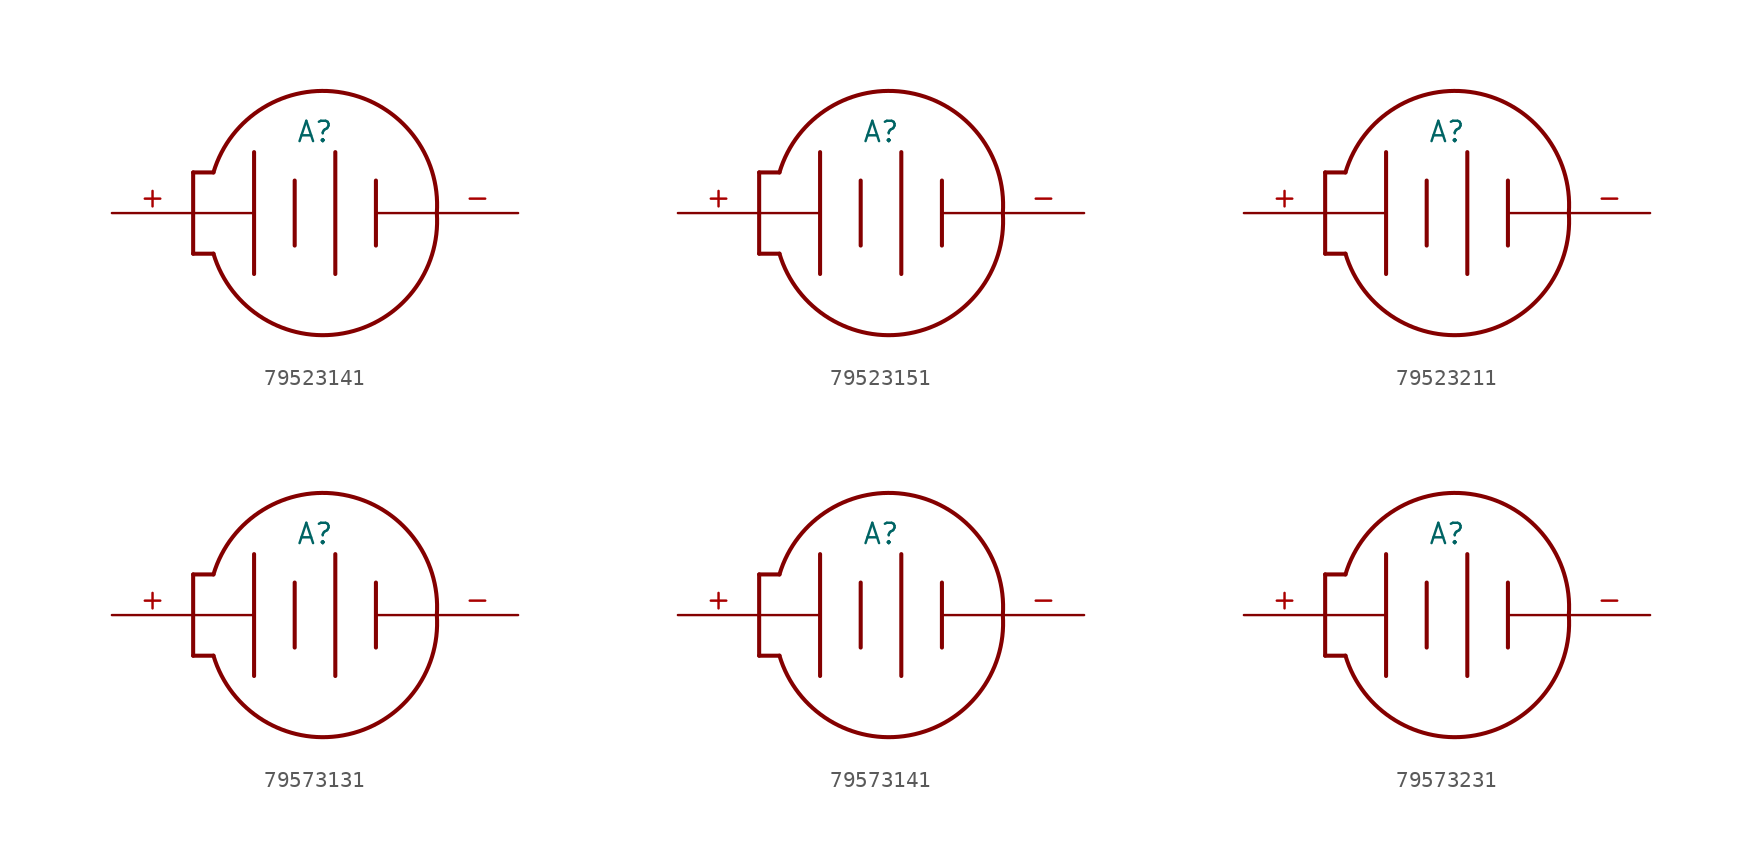
<source format=kicad_sym>
(kicad_symbol_lib
  (version 20220914)
  (generator kicad_symbol_editor)
  (symbol "79523141"
    (pin_names hide)
    (property "Reference" "A"
      (at 0 5.08 0)
      (effects (font (size 1.27 1.27))))
    (symbol "79523141_0_0"
      (polyline (pts (xy -7.62 -2.54) (xy -7.62 2.54)) (stroke (width 0.254) (type default)) (fill (type none)))
      (polyline (pts (xy -7.62 2.54) (xy -6.35 2.54)) (stroke (width 0.254) (type default)) (fill (type none)))
      (polyline (pts (xy -6.35 -2.54) (xy -7.62 -2.54)) (stroke (width 0.254) (type default)) (fill (type none)))
      (polyline (pts (xy -3.81 0) (xy -7.62 0)) (stroke (width 0.152) (type default)) (fill (type none)))
      (polyline (pts (xy -1.27 2.032) (xy -1.27 -2.032)) (stroke (width 0.254) (type default)) (fill (type none)))
      (polyline (pts (xy 1.27 3.81) (xy 1.27 -3.81)) (stroke (width 0.254) (type default)) (fill (type none)))
      (polyline (pts (xy 3.81 0) (xy 7.62 0)) (stroke (width 0.152) (type default)) (fill (type none)))
      (polyline (pts (xy 3.81 2.032) (xy 3.81 -2.032)) (stroke (width 0.254) (type default)) (fill (type none))))
    (symbol "79523141_1_0"
      (pin passive line (at -12.7 0 0) (length 5.08) (name "POS" (effects (font (size 1.27 1.27)))) (number "+" (effects (font (size 1.27 1.27)))))
      (pin passive line (at 12.7 0 180) (length 5.08) (name "NEG" (effects (font (size 1.27 1.27)))) (number "-" (effects (font (size 1.27 1.27))))))
    (symbol "79523141_1_1"
      (arc (start -6.35 -2.54) (mid 0 -7.62) (end 7.62 0) (stroke (width 0.254) (type default)) (fill (type none)))
      (polyline (pts (xy -3.81 3.81) (xy -3.81 -3.81)) (stroke (width 0.254) (type default)) (fill (type none)))
      (arc (start 7.62 0) (mid 0 7.62) (end -6.35 2.54) (stroke (width 0.254) (type default)) (fill (type none)))))
  (symbol "79523151"
    (pin_names hide)
    (property "Reference" "A"
      (at 0 5.08 0)
      (effects (font (size 1.27 1.27))))
    (symbol "79523151_0_0"
      (polyline (pts (xy -7.62 -2.54) (xy -7.62 2.54)) (stroke (width 0.254) (type default)) (fill (type none)))
      (polyline (pts (xy -7.62 2.54) (xy -6.35 2.54)) (stroke (width 0.254) (type default)) (fill (type none)))
      (polyline (pts (xy -6.35 -2.54) (xy -7.62 -2.54)) (stroke (width 0.254) (type default)) (fill (type none)))
      (polyline (pts (xy -3.81 0) (xy -7.62 0)) (stroke (width 0.152) (type default)) (fill (type none)))
      (polyline (pts (xy -1.27 2.032) (xy -1.27 -2.032)) (stroke (width 0.254) (type default)) (fill (type none)))
      (polyline (pts (xy 1.27 3.81) (xy 1.27 -3.81)) (stroke (width 0.254) (type default)) (fill (type none)))
      (polyline (pts (xy 3.81 0) (xy 7.62 0)) (stroke (width 0.152) (type default)) (fill (type none)))
      (polyline (pts (xy 3.81 2.032) (xy 3.81 -2.032)) (stroke (width 0.254) (type default)) (fill (type none))))
    (symbol "79523151_1_0"
      (pin passive line (at -12.7 0 0) (length 5.08) (name "POS" (effects (font (size 1.27 1.27)))) (number "+" (effects (font (size 1.27 1.27)))))
      (pin passive line (at 12.7 0 180) (length 5.08) (name "NEG" (effects (font (size 1.27 1.27)))) (number "-" (effects (font (size 1.27 1.27))))))
    (symbol "79523151_1_1"
      (arc (start -6.35 -2.54) (mid 0 -7.62) (end 7.62 0) (stroke (width 0.254) (type default)) (fill (type none)))
      (polyline (pts (xy -3.81 3.81) (xy -3.81 -3.81)) (stroke (width 0.254) (type default)) (fill (type none)))
      (arc (start 7.62 0) (mid 0 7.62) (end -6.35 2.54) (stroke (width 0.254) (type default)) (fill (type none)))))
  (symbol "79523211"
    (pin_names hide)
    (property "Reference" "A"
      (at 0 5.08 0)
      (effects (font (size 1.27 1.27))))
    (symbol "79523211_0_0"
      (polyline (pts (xy -7.62 -2.54) (xy -7.62 2.54)) (stroke (width 0.254) (type default)) (fill (type none)))
      (polyline (pts (xy -7.62 2.54) (xy -6.35 2.54)) (stroke (width 0.254) (type default)) (fill (type none)))
      (polyline (pts (xy -6.35 -2.54) (xy -7.62 -2.54)) (stroke (width 0.254) (type default)) (fill (type none)))
      (polyline (pts (xy -3.81 0) (xy -7.62 0)) (stroke (width 0.152) (type default)) (fill (type none)))
      (polyline (pts (xy -1.27 2.032) (xy -1.27 -2.032)) (stroke (width 0.254) (type default)) (fill (type none)))
      (polyline (pts (xy 1.27 3.81) (xy 1.27 -3.81)) (stroke (width 0.254) (type default)) (fill (type none)))
      (polyline (pts (xy 3.81 0) (xy 7.62 0)) (stroke (width 0.152) (type default)) (fill (type none)))
      (polyline (pts (xy 3.81 2.032) (xy 3.81 -2.032)) (stroke (width 0.254) (type default)) (fill (type none))))
    (symbol "79523211_1_0"
      (pin passive line (at -12.7 0 0) (length 5.08) (name "POS" (effects (font (size 1.27 1.27)))) (number "+" (effects (font (size 1.27 1.27)))))
      (pin passive line (at 12.7 0 180) (length 5.08) (name "NEG" (effects (font (size 1.27 1.27)))) (number "-" (effects (font (size 1.27 1.27))))))
    (symbol "79523211_1_1"
      (arc (start -6.35 -2.54) (mid 0 -7.62) (end 7.62 0) (stroke (width 0.254) (type default)) (fill (type none)))
      (polyline (pts (xy -3.81 3.81) (xy -3.81 -3.81)) (stroke (width 0.254) (type default)) (fill (type none)))
      (arc (start 7.62 0) (mid 0 7.62) (end -6.35 2.54) (stroke (width 0.254) (type default)) (fill (type none)))))
  (symbol "79573131"
    (pin_names hide)
    (property "Reference" "A"
      (at 0 5.08 0)
      (effects (font (size 1.27 1.27))))
    (symbol "79573131_0_0"
      (polyline (pts (xy -7.62 -2.54) (xy -7.62 2.54)) (stroke (width 0.254) (type default)) (fill (type none)))
      (polyline (pts (xy -7.62 2.54) (xy -6.35 2.54)) (stroke (width 0.254) (type default)) (fill (type none)))
      (polyline (pts (xy -6.35 -2.54) (xy -7.62 -2.54)) (stroke (width 0.254) (type default)) (fill (type none)))
      (polyline (pts (xy -3.81 0) (xy -7.62 0)) (stroke (width 0.152) (type default)) (fill (type none)))
      (polyline (pts (xy -1.27 2.032) (xy -1.27 -2.032)) (stroke (width 0.254) (type default)) (fill (type none)))
      (polyline (pts (xy 1.27 3.81) (xy 1.27 -3.81)) (stroke (width 0.254) (type default)) (fill (type none)))
      (polyline (pts (xy 3.81 0) (xy 7.62 0)) (stroke (width 0.152) (type default)) (fill (type none)))
      (polyline (pts (xy 3.81 2.032) (xy 3.81 -2.032)) (stroke (width 0.254) (type default)) (fill (type none))))
    (symbol "79573131_1_0"
      (pin passive line (at -12.7 0 0) (length 5.08) (name "POS" (effects (font (size 1.27 1.27)))) (number "+" (effects (font (size 1.27 1.27)))))
      (pin passive line (at 12.7 0 180) (length 5.08) (name "NEG" (effects (font (size 1.27 1.27)))) (number "-" (effects (font (size 1.27 1.27))))))
    (symbol "79573131_1_1"
      (arc (start -6.35 -2.54) (mid 0 -7.62) (end 7.62 0) (stroke (width 0.254) (type default)) (fill (type none)))
      (polyline (pts (xy -3.81 3.81) (xy -3.81 -3.81)) (stroke (width 0.254) (type default)) (fill (type none)))
      (arc (start 7.62 0) (mid 0 7.62) (end -6.35 2.54) (stroke (width 0.254) (type default)) (fill (type none)))))
  (symbol "79573141"
    (pin_names hide)
    (property "Reference" "A"
      (at 0 5.08 0)
      (effects (font (size 1.27 1.27))))
    (symbol "79573141_0_0"
      (polyline (pts (xy -7.62 -2.54) (xy -7.62 2.54)) (stroke (width 0.254) (type default)) (fill (type none)))
      (polyline (pts (xy -7.62 2.54) (xy -6.35 2.54)) (stroke (width 0.254) (type default)) (fill (type none)))
      (polyline (pts (xy -6.35 -2.54) (xy -7.62 -2.54)) (stroke (width 0.254) (type default)) (fill (type none)))
      (polyline (pts (xy -3.81 0) (xy -7.62 0)) (stroke (width 0.152) (type default)) (fill (type none)))
      (polyline (pts (xy -1.27 2.032) (xy -1.27 -2.032)) (stroke (width 0.254) (type default)) (fill (type none)))
      (polyline (pts (xy 1.27 3.81) (xy 1.27 -3.81)) (stroke (width 0.254) (type default)) (fill (type none)))
      (polyline (pts (xy 3.81 0) (xy 7.62 0)) (stroke (width 0.152) (type default)) (fill (type none)))
      (polyline (pts (xy 3.81 2.032) (xy 3.81 -2.032)) (stroke (width 0.254) (type default)) (fill (type none))))
    (symbol "79573141_1_0"
      (pin passive line (at -12.7 0 0) (length 5.08) (name "POS" (effects (font (size 1.27 1.27)))) (number "+" (effects (font (size 1.27 1.27)))))
      (pin passive line (at 12.7 0 180) (length 5.08) (name "NEG" (effects (font (size 1.27 1.27)))) (number "-" (effects (font (size 1.27 1.27))))))
    (symbol "79573141_1_1"
      (arc (start -6.35 -2.54) (mid 0 -7.62) (end 7.62 0) (stroke (width 0.254) (type default)) (fill (type none)))
      (polyline (pts (xy -3.81 3.81) (xy -3.81 -3.81)) (stroke (width 0.254) (type default)) (fill (type none)))
      (arc (start 7.62 0) (mid 0 7.62) (end -6.35 2.54) (stroke (width 0.254) (type default)) (fill (type none)))))
  (symbol "79573231"
    (pin_names hide)
    (property "Reference" "A"
      (at 0 5.08 0)
      (effects (font (size 1.27 1.27))))
    (symbol "79573231_0_0"
      (polyline (pts (xy -7.62 -2.54) (xy -7.62 2.54)) (stroke (width 0.254) (type default)) (fill (type none)))
      (polyline (pts (xy -7.62 2.54) (xy -6.35 2.54)) (stroke (width 0.254) (type default)) (fill (type none)))
      (polyline (pts (xy -6.35 -2.54) (xy -7.62 -2.54)) (stroke (width 0.254) (type default)) (fill (type none)))
      (polyline (pts (xy -3.81 0) (xy -7.62 0)) (stroke (width 0.152) (type default)) (fill (type none)))
      (polyline (pts (xy -1.27 2.032) (xy -1.27 -2.032)) (stroke (width 0.254) (type default)) (fill (type none)))
      (polyline (pts (xy 1.27 3.81) (xy 1.27 -3.81)) (stroke (width 0.254) (type default)) (fill (type none)))
      (polyline (pts (xy 3.81 0) (xy 7.62 0)) (stroke (width 0.152) (type default)) (fill (type none)))
      (polyline (pts (xy 3.81 2.032) (xy 3.81 -2.032)) (stroke (width 0.254) (type default)) (fill (type none))))
    (symbol "79573231_1_0"
      (pin passive line (at -12.7 0 0) (length 5.08) (name "POS" (effects (font (size 1.27 1.27)))) (number "+" (effects (font (size 1.27 1.27)))))
      (pin passive line (at 12.7 0 180) (length 5.08) (name "NEG" (effects (font (size 1.27 1.27)))) (number "-" (effects (font (size 1.27 1.27))))))
    (symbol "79573231_1_1"
      (arc (start -6.35 -2.54) (mid 0 -7.62) (end 7.62 0) (stroke (width 0.254) (type default)) (fill (type none)))
      (polyline (pts (xy -3.81 3.81) (xy -3.81 -3.81)) (stroke (width 0.254) (type default)) (fill (type none)))
      (arc (start 7.62 0) (mid 0 7.62) (end -6.35 2.54) (stroke (width 0.254) (type default)) (fill (type none))))))
</source>
